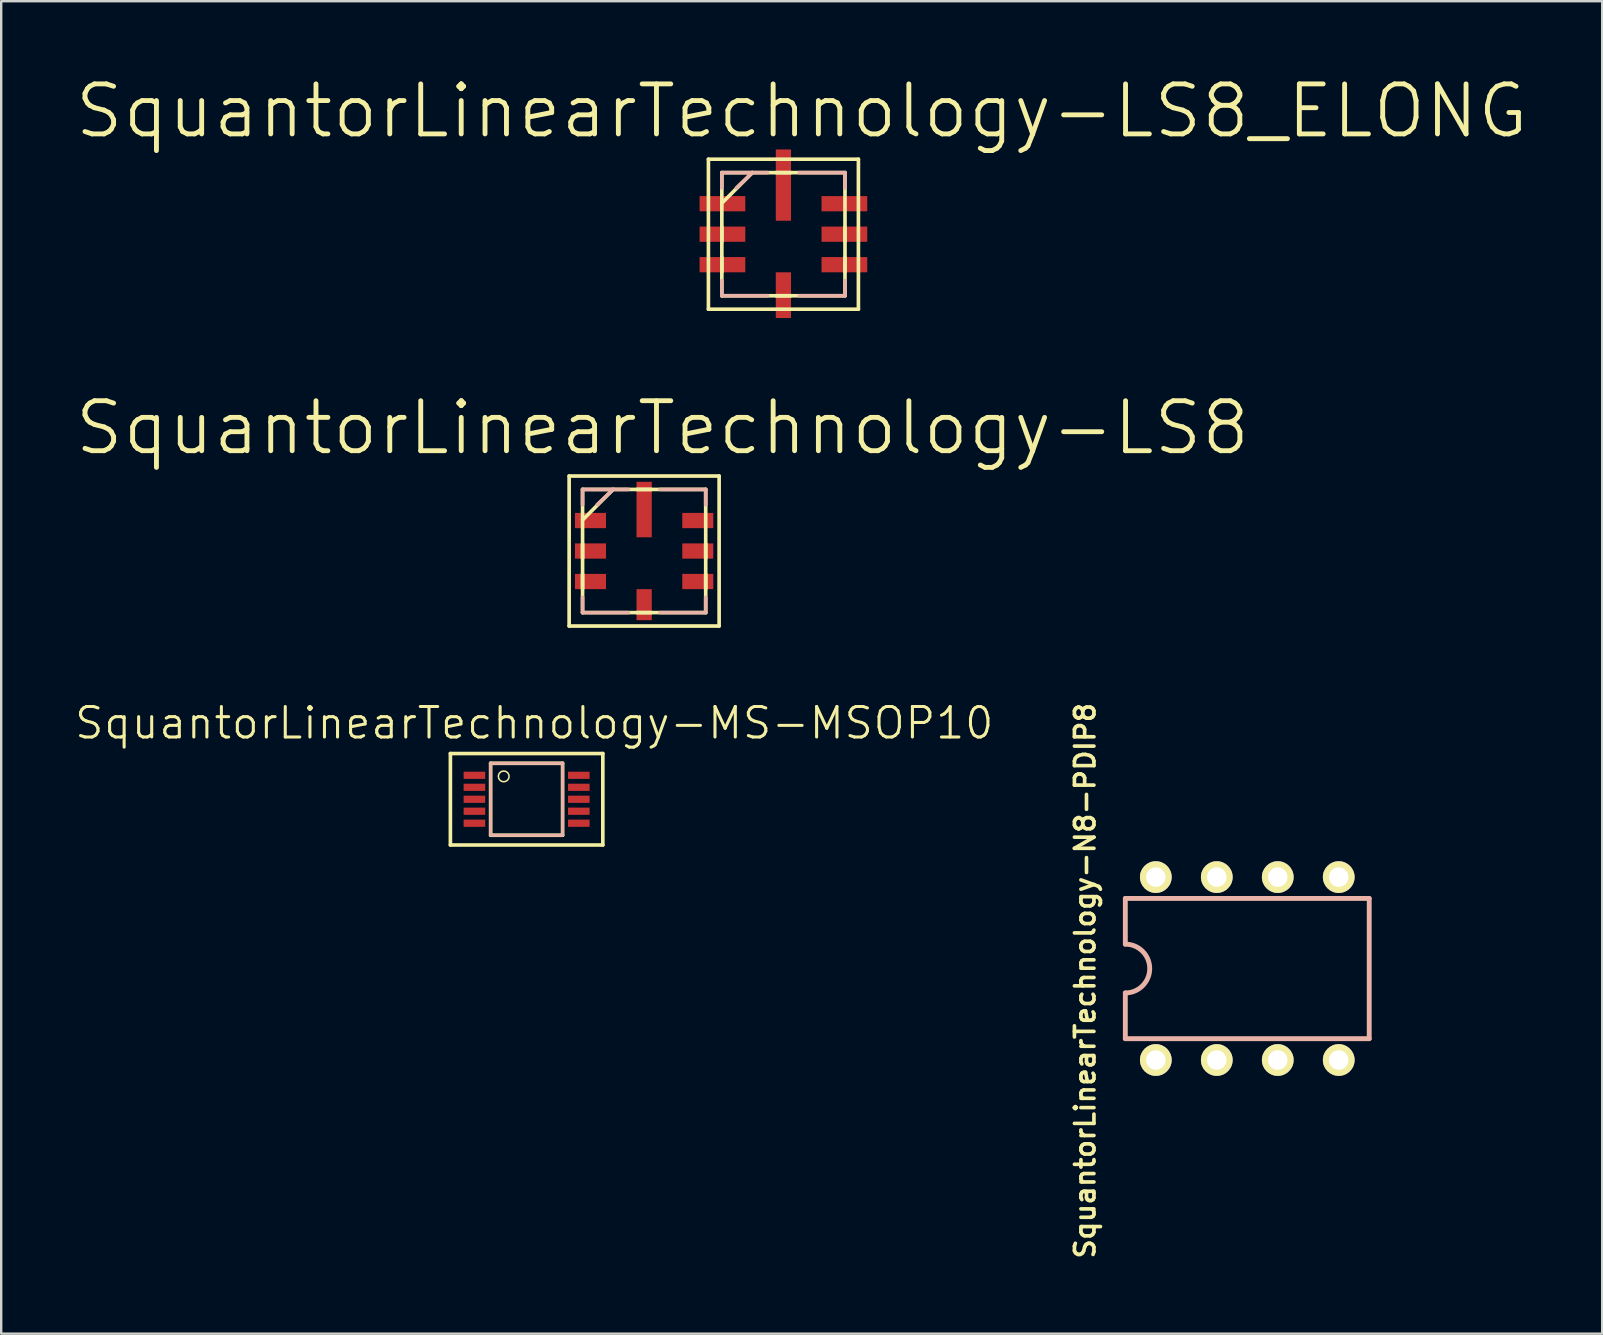
<source format=kicad_pcb>
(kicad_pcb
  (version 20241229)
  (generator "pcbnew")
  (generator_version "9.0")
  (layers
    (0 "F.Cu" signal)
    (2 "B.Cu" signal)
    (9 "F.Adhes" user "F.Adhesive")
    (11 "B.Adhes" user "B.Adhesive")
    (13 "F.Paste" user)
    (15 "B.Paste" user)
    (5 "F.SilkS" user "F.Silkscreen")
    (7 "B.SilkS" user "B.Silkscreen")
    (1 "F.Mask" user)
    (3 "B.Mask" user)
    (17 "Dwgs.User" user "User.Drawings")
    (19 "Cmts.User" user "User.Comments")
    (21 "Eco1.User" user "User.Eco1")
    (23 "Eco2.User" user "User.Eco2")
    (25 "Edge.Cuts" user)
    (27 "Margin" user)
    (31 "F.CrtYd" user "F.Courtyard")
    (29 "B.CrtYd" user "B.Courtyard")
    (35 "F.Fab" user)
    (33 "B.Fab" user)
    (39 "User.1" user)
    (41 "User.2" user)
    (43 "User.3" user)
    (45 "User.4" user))
  (footprint "SquantorLinearTechnology-MS-MSOP10"
    (layer "F.Cu")
    (at 18.887 30.245)
    (property "Reference" "SquantorLinearTechnology-MS-MSOP10" (at 0.318 -3.175 0) (layer "F.SilkS") (effects (font (size 1.27 1.27) (thickness 0.127))))
    (attr smd)
    (fp_line (start -3.175 -1.905) (end 3.175 -1.905) (stroke (width 0.152) (type solid)) (layer "F.SilkS"))
    (fp_line (start -3.175 1.905) (end -3.175 -1.905) (stroke (width 0.152) (type solid)) (layer "F.SilkS"))
    (fp_line (start -1.499 -1.499) (end -1.499 1.499) (stroke (width 0.152) (type solid)) (layer "F.SilkS"))
    (fp_line (start -1.499 1.499) (end 1.499 1.499) (stroke (width 0.152) (type solid)) (layer "F.SilkS"))
    (fp_line (start 1.499 -1.499) (end -1.499 -1.499) (stroke (width 0.152) (type solid)) (layer "F.SilkS"))
    (fp_line (start 1.499 1.499) (end 1.499 -1.499) (stroke (width 0.152) (type solid)) (layer "F.SilkS"))
    (fp_line (start 3.175 -1.905) (end 3.175 1.905) (stroke (width 0.152) (type solid)) (layer "F.SilkS"))
    (fp_line (start 3.175 1.905) (end -3.175 1.905) (stroke (width 0.152) (type solid)) (layer "F.SilkS"))
    (fp_circle (center -0.953 -0.953) (end -1.11 -1.11) (stroke (width 0.064) (type solid)) (fill no) (layer "F.SilkS"))
    (fp_line (start -1.499 -1.499) (end 1.499 -1.499) (stroke (width 0.127) (type solid)) (layer "B.SilkS"))
    (fp_line (start -1.499 1.499) (end -1.499 -1.499) (stroke (width 0.127) (type solid)) (layer "B.SilkS"))
    (fp_line (start 1.499 -1.499) (end 1.499 1.499) (stroke (width 0.127) (type solid)) (layer "B.SilkS"))
    (fp_line (start 1.499 1.499) (end -1.499 1.499) (stroke (width 0.127) (type solid)) (layer "B.SilkS"))
    (pad "1" smd rect (at -2.174 -0.998) (size 0.899 0.3) (layers "F.Cu" "F.Mask" "F.Paste"))
    (pad "2" smd rect (at -2.174 -0.498) (size 0.899 0.3) (layers "F.Cu" "F.Mask" "F.Paste"))
    (pad "3" smd rect (at -2.174 0) (size 0.899 0.3) (layers "F.Cu" "F.Mask" "F.Paste"))
    (pad "4" smd rect (at -2.174 0.498) (size 0.899 0.3) (layers "F.Cu" "F.Mask" "F.Paste"))
    (pad "5" smd rect (at -2.174 0.998) (size 0.899 0.3) (layers "F.Cu" "F.Mask" "F.Paste"))
    (pad "6" smd rect (at 2.174 0.998 180) (size 0.899 0.3) (layers "F.Cu" "F.Mask" "F.Paste"))
    (pad "7" smd rect (at 2.174 0.498 180) (size 0.899 0.3) (layers "F.Cu" "F.Mask" "F.Paste"))
    (pad "8" smd rect (at 2.174 0 180) (size 0.899 0.3) (layers "F.Cu" "F.Mask" "F.Paste"))
    (pad "9" smd rect (at 2.174 -0.498 180) (size 0.899 0.3) (layers "F.Cu" "F.Mask" "F.Paste"))
    (pad "10" smd rect (at 2.174 -0.998 180) (size 0.899 0.3) (layers "F.Cu" "F.Mask" "F.Paste")))
  (footprint "SquantorLinearTechnology-N8-PDIP8"
    (layer "F.Cu")
    (at 48.908 37.297)
    (property "Reference" "SquantorLinearTechnology-N8-PDIP8" (at -6.756 0.508 90) (layer "F.SilkS") (effects (font (size 0.813 0.813) (thickness 0.152))))
    (attr exclude_from_pos_files exclude_from_bom)
    (fp_line (start -5.08 -2.921) (end -5.08 -1.016) (stroke (width 0.203) (type solid)) (layer "B.SilkS"))
    (fp_line (start -5.08 2.921) (end -5.08 1.016) (stroke (width 0.203) (type solid)) (layer "B.SilkS"))
    (fp_line (start -5.08 2.921) (end 5.08 2.921) (stroke (width 0.203) (type solid)) (layer "B.SilkS"))
    (fp_line (start 5.08 -2.921) (end -5.08 -2.921) (stroke (width 0.203) (type solid)) (layer "B.SilkS"))
    (fp_line (start 5.08 -2.921) (end 5.08 2.921) (stroke (width 0.203) (type solid)) (layer "B.SilkS"))
    (fp_arc (start -5.08 -1.016) (mid -4.064 0) (end -5.08 1.016) (stroke (width 0.2032) (type solid)) (layer "B.SilkS"))
    (pad "1" thru_hole circle (at -3.81 3.81) (size 1.321 1.321) (drill 0.813) (layers "*.Cu" "F.Mask" "F.SilkS" "F.Paste"))
    (pad "2" thru_hole circle (at -1.27 3.81) (size 1.321 1.321) (drill 0.813) (layers "*.Cu" "F.Mask" "F.SilkS" "F.Paste"))
    (pad "3" thru_hole circle (at 1.27 3.81) (size 1.321 1.321) (drill 0.813) (layers "*.Cu" "F.Mask" "F.SilkS" "F.Paste"))
    (pad "4" thru_hole circle (at 3.81 3.81) (size 1.321 1.321) (drill 0.813) (layers "*.Cu" "F.Mask" "F.SilkS" "F.Paste"))
    (pad "5" thru_hole circle (at 3.81 -3.81) (size 1.321 1.321) (drill 0.813) (layers "*.Cu" "F.Mask" "F.SilkS" "F.Paste"))
    (pad "6" thru_hole circle (at 1.27 -3.81) (size 1.321 1.321) (drill 0.813) (layers "*.Cu" "F.Mask" "F.SilkS" "F.Paste"))
    (pad "7" thru_hole circle (at -1.27 -3.81) (size 1.321 1.321) (drill 0.813) (layers "*.Cu" "F.Mask" "F.SilkS" "F.Paste"))
    (pad "8" thru_hole circle (at -3.81 -3.81) (size 1.321 1.321) (drill 0.813) (layers "*.Cu" "F.Mask" "F.SilkS" "F.Paste")))
  (footprint "SquantorLinearTechnology-LS8"
    (layer "F.Cu")
    (at 23.783 19.904)
    (property "Reference" "SquantorLinearTechnology-LS8" (at 0.762 -5.131 0) (layer "F.SilkS") (effects (font (size 2.083 2.083) (thickness 0.203))))
    (attr smd)
    (fp_line (start -3.124 -3.124) (end 3.124 -3.124) (stroke (width 0.152) (type solid)) (layer "F.SilkS"))
    (fp_line (start -3.124 3.124) (end -3.124 -3.124) (stroke (width 0.152) (type solid)) (layer "F.SilkS"))
    (fp_line (start -2.565 -2.565) (end -2.565 2.565) (stroke (width 0.152) (type solid)) (layer "F.SilkS"))
    (fp_line (start -2.565 -1.293) (end -1.293 -2.565) (stroke (width 0.152) (type solid)) (layer "F.SilkS"))
    (fp_line (start -2.565 -0.305) (end -2.565 0.305) (stroke (width 0.152) (type solid)) (layer "F.SilkS"))
    (fp_line (start -2.565 0.965) (end -2.565 1.575) (stroke (width 0.152) (type solid)) (layer "F.SilkS"))
    (fp_line (start -2.565 2.565) (end 2.565 2.565) (stroke (width 0.152) (type solid)) (layer "F.SilkS"))
    (fp_line (start -0.305 2.565) (end 0.305 2.565) (stroke (width 0.152) (type solid)) (layer "F.SilkS"))
    (fp_line (start 0.305 -2.565) (end -0.305 -2.565) (stroke (width 0.152) (type solid)) (layer "F.SilkS"))
    (fp_line (start 2.565 -2.565) (end -2.565 -2.565) (stroke (width 0.152) (type solid)) (layer "F.SilkS"))
    (fp_line (start 2.565 0.305) (end 2.565 -0.305) (stroke (width 0.152) (type solid)) (layer "F.SilkS"))
    (fp_line (start 2.565 1.575) (end 2.565 0.965) (stroke (width 0.152) (type solid)) (layer "F.SilkS"))
    (fp_line (start 2.565 2.565) (end 2.565 -2.565) (stroke (width 0.152) (type solid)) (layer "F.SilkS"))
    (fp_line (start 3.124 -3.124) (end 3.124 3.124) (stroke (width 0.152) (type solid)) (layer "F.SilkS"))
    (fp_line (start 3.124 3.124) (end -3.124 3.124) (stroke (width 0.152) (type solid)) (layer "F.SilkS"))
    (fp_line (start -2.565 -2.565) (end -2.565 -1.93) (stroke (width 0.152) (type solid)) (layer "B.SilkS"))
    (fp_line (start -2.565 1.93) (end -2.565 2.565) (stroke (width 0.152) (type solid)) (layer "B.SilkS"))
    (fp_line (start -2.565 2.565) (end -0.66 2.565) (stroke (width 0.152) (type solid)) (layer "B.SilkS"))
    (fp_line (start -1.956 -1.93) (end -1.293 -2.565) (stroke (width 0.152) (type solid)) (layer "B.SilkS"))
    (fp_line (start -1.293 -2.565) (end -2.565 -2.565) (stroke (width 0.152) (type solid)) (layer "B.SilkS"))
    (fp_line (start -0.66 -2.565) (end -1.293 -2.565) (stroke (width 0.152) (type solid)) (layer "B.SilkS"))
    (fp_line (start 0.66 2.565) (end 2.565 2.565) (stroke (width 0.152) (type solid)) (layer "B.SilkS"))
    (fp_line (start 2.565 -2.565) (end 0.66 -2.565) (stroke (width 0.152) (type solid)) (layer "B.SilkS"))
    (fp_line (start 2.565 -1.93) (end 2.565 -2.565) (stroke (width 0.152) (type solid)) (layer "B.SilkS"))
    (fp_line (start 2.565 2.565) (end 2.565 1.93) (stroke (width 0.152) (type solid)) (layer "B.SilkS"))
    (pad "1" smd rect (at -2.235 -1.27 270) (size 0.635 1.293) (layers "F.Cu" "F.Mask" "F.Paste"))
    (pad "2" smd rect (at -2.235 0 270) (size 0.635 1.293) (layers "F.Cu" "F.Mask" "F.Paste"))
    (pad "3" smd rect (at -2.235 1.27 270) (size 0.635 1.293) (layers "F.Cu" "F.Mask" "F.Paste"))
    (pad "4" smd rect (at 0 2.235 180) (size 0.635 1.293) (layers "F.Cu" "F.Mask" "F.Paste"))
    (pad "5" smd rect (at 2.235 1.27 270) (size 0.635 1.293) (layers "F.Cu" "F.Mask" "F.Paste"))
    (pad "6" smd rect (at 2.235 0 270) (size 0.635 1.293) (layers "F.Cu" "F.Mask" "F.Paste"))
    (pad "7" smd rect (at 2.235 -1.27 270) (size 0.635 1.293) (layers "F.Cu" "F.Mask" "F.Paste"))
    (pad "8" smd rect (at 0 -1.727 180) (size 0.635 2.311) (layers "F.Cu" "F.Mask" "F.Paste")))
  (footprint "SquantorLinearTechnology-LS8_ELONG"
    (layer "F.Cu")
    (at 29.585 6.706)
    (property "Reference" "SquantorLinearTechnology-LS8_ELONG" (at 0.762 -5.131 0) (layer "F.SilkS") (effects (font (size 2.083 2.083) (thickness 0.203))))
    (attr smd)
    (fp_line (start -3.124 -3.124) (end 3.124 -3.124) (stroke (width 0.152) (type solid)) (layer "F.SilkS"))
    (fp_line (start -3.124 3.124) (end -3.124 -3.124) (stroke (width 0.152) (type solid)) (layer "F.SilkS"))
    (fp_line (start -2.565 -2.565) (end -2.565 2.565) (stroke (width 0.152) (type solid)) (layer "F.SilkS"))
    (fp_line (start -2.565 -1.293) (end -1.293 -2.565) (stroke (width 0.152) (type solid)) (layer "F.SilkS"))
    (fp_line (start -2.565 -0.305) (end -2.565 0.305) (stroke (width 0.152) (type solid)) (layer "F.SilkS"))
    (fp_line (start -2.565 0.965) (end -2.565 1.575) (stroke (width 0.152) (type solid)) (layer "F.SilkS"))
    (fp_line (start -2.565 2.565) (end 2.565 2.565) (stroke (width 0.152) (type solid)) (layer "F.SilkS"))
    (fp_line (start -0.305 2.565) (end 0.305 2.565) (stroke (width 0.152) (type solid)) (layer "F.SilkS"))
    (fp_line (start 0.305 -2.565) (end -0.305 -2.565) (stroke (width 0.152) (type solid)) (layer "F.SilkS"))
    (fp_line (start 2.565 -2.565) (end -2.565 -2.565) (stroke (width 0.152) (type solid)) (layer "F.SilkS"))
    (fp_line (start 2.565 0.305) (end 2.565 -0.305) (stroke (width 0.152) (type solid)) (layer "F.SilkS"))
    (fp_line (start 2.565 1.575) (end 2.565 0.965) (stroke (width 0.152) (type solid)) (layer "F.SilkS"))
    (fp_line (start 2.565 2.565) (end 2.565 -2.565) (stroke (width 0.152) (type solid)) (layer "F.SilkS"))
    (fp_line (start 3.124 -3.124) (end 3.124 3.124) (stroke (width 0.152) (type solid)) (layer "F.SilkS"))
    (fp_line (start 3.124 3.124) (end -3.124 3.124) (stroke (width 0.152) (type solid)) (layer "F.SilkS"))
    (fp_line (start -2.565 -2.565) (end -2.565 -1.93) (stroke (width 0.152) (type solid)) (layer "B.SilkS"))
    (fp_line (start -2.565 1.93) (end -2.565 2.565) (stroke (width 0.152) (type solid)) (layer "B.SilkS"))
    (fp_line (start -2.565 2.565) (end -0.66 2.565) (stroke (width 0.152) (type solid)) (layer "B.SilkS"))
    (fp_line (start -1.956 -1.93) (end -1.293 -2.565) (stroke (width 0.152) (type solid)) (layer "B.SilkS"))
    (fp_line (start -1.293 -2.565) (end -2.565 -2.565) (stroke (width 0.152) (type solid)) (layer "B.SilkS"))
    (fp_line (start -0.66 -2.565) (end -1.293 -2.565) (stroke (width 0.152) (type solid)) (layer "B.SilkS"))
    (fp_line (start 0.66 2.565) (end 2.565 2.565) (stroke (width 0.152) (type solid)) (layer "B.SilkS"))
    (fp_line (start 2.565 -2.565) (end 0.66 -2.565) (stroke (width 0.152) (type solid)) (layer "B.SilkS"))
    (fp_line (start 2.565 -1.93) (end 2.565 -2.565) (stroke (width 0.152) (type solid)) (layer "B.SilkS"))
    (fp_line (start 2.565 2.565) (end 2.565 1.93) (stroke (width 0.152) (type solid)) (layer "B.SilkS"))
    (pad "1" smd rect (at -2.54 -1.27 270) (size 0.635 1.905) (layers "F.Cu" "F.Mask" "F.Paste"))
    (pad "2" smd rect (at -2.54 0 270) (size 0.635 1.905) (layers "F.Cu" "F.Mask" "F.Paste"))
    (pad "3" smd rect (at -2.54 1.27 270) (size 0.635 1.905) (layers "F.Cu" "F.Mask" "F.Paste"))
    (pad "4" smd rect (at 0 2.54 180) (size 0.635 1.905) (layers "F.Cu" "F.Mask" "F.Paste"))
    (pad "5" smd rect (at 2.54 1.27 270) (size 0.635 1.905) (layers "F.Cu" "F.Mask" "F.Paste"))
    (pad "6" smd rect (at 2.54 0 270) (size 0.635 1.905) (layers "F.Cu" "F.Mask" "F.Paste"))
    (pad "7" smd rect (at 2.54 -1.27 270) (size 0.635 1.905) (layers "F.Cu" "F.Mask" "F.Paste"))
    (pad "8" smd rect (at 0 -2.045 180) (size 0.635 2.969) (layers "F.Cu" "F.Mask" "F.Paste")))
  (gr_rect
    (start -3 -3)
    (end 63.693 52.506)
    (stroke (width 0.1) (type default))
    (fill no)
    (layer "Edge.Cuts")))
</source>
